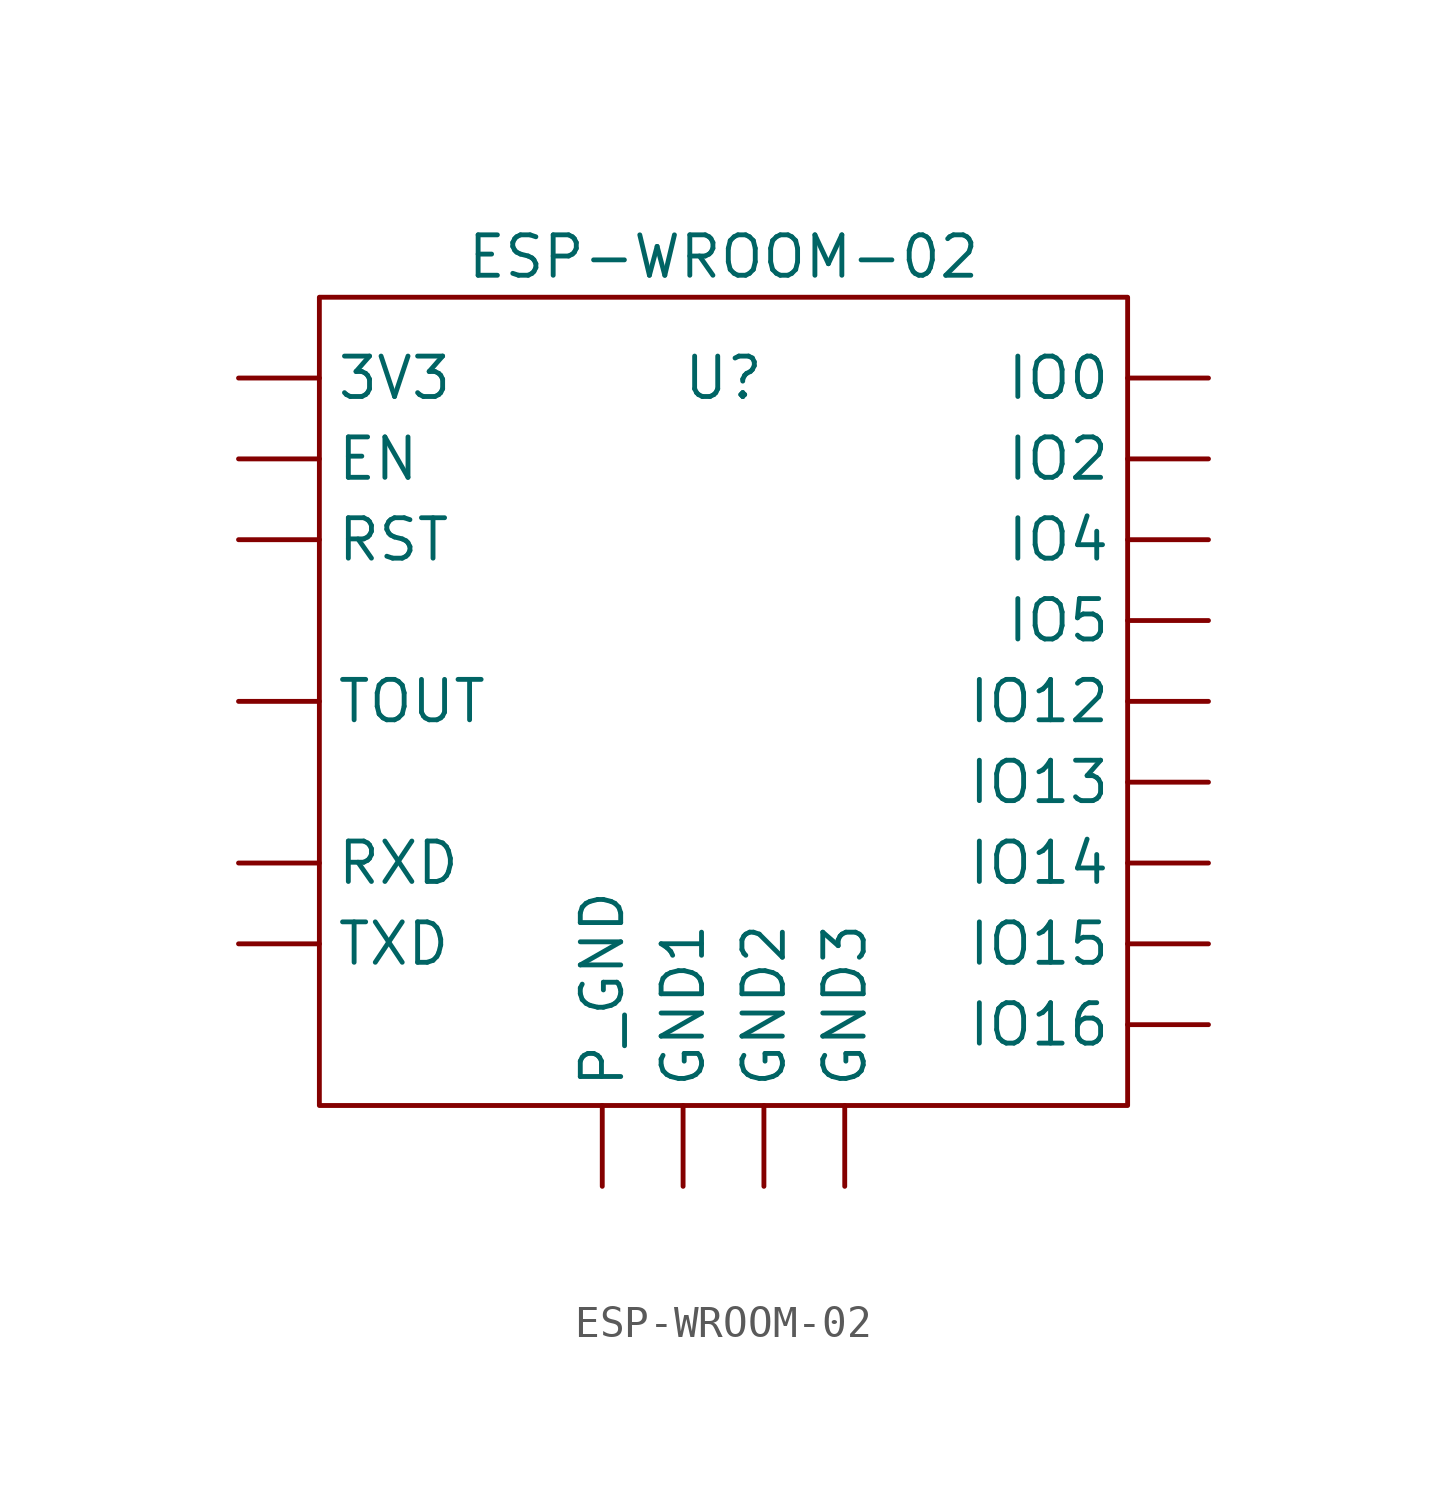
<source format=kicad_sym>
(kicad_symbol_lib
  (version 20211014)
  (generator kicad_symbol_editor)
  (symbol "ESP-WROOM-02"
    (property "Reference" "U"
      (at 0 10.16 0)
      (effects (font (size 1.27 1.27))))
    (property "Value" "ESP-WROOM-02"
      (at 0 13.97 0)
      (effects (font (size 1.27 1.27))))
    (symbol "ESP-WROOM-02_0_1"
      (rectangle (start -12.7 12.7) (end 12.7 -12.7) (stroke (width 0) (type default) (color 0 0 0 0)) (fill (type none))))
    (symbol "ESP-WROOM-02_1_1"
      (pin power_in line (at -15.24 10.16 0) (length 2.54) (name "3V3" (effects (font (size 1.27 1.27)))) (number "" (effects (font (size 1.27 1.27)))))
      (pin input line (at -15.24 7.62 0) (length 2.54) (name "EN" (effects (font (size 1.27 1.27)))) (number "" (effects (font (size 1.27 1.27)))))
      (pin input line (at -1.27 -15.24 90) (length 2.54) (name "GND1" (effects (font (size 1.27 1.27)))) (number "" (effects (font (size 1.27 1.27)))))
      (pin input line (at 1.27 -15.24 90) (length 2.54) (name "GND2" (effects (font (size 1.27 1.27)))) (number "" (effects (font (size 1.27 1.27)))))
      (pin input line (at 3.81 -15.24 90) (length 2.54) (name "GND3" (effects (font (size 1.27 1.27)))) (number "" (effects (font (size 1.27 1.27)))))
      (pin bidirectional line (at 15.24 10.16 180) (length 2.54) (name "IO0" (effects (font (size 1.27 1.27)))) (number "" (effects (font (size 1.27 1.27)))))
      (pin bidirectional line (at 15.24 0 180) (length 2.54) (name "IO12" (effects (font (size 1.27 1.27)))) (number "" (effects (font (size 1.27 1.27)))))
      (pin bidirectional line (at 15.24 -2.54 180) (length 2.54) (name "IO13" (effects (font (size 1.27 1.27)))) (number "" (effects (font (size 1.27 1.27)))))
      (pin bidirectional line (at 15.24 -5.08 180) (length 2.54) (name "IO14" (effects (font (size 1.27 1.27)))) (number "" (effects (font (size 1.27 1.27)))))
      (pin bidirectional line (at 15.24 -7.62 180) (length 2.54) (name "IO15" (effects (font (size 1.27 1.27)))) (number "" (effects (font (size 1.27 1.27)))))
      (pin bidirectional line (at 15.24 -10.16 180) (length 2.54) (name "IO16" (effects (font (size 1.27 1.27)))) (number "" (effects (font (size 1.27 1.27)))))
      (pin bidirectional line (at 15.24 7.62 180) (length 2.54) (name "IO2" (effects (font (size 1.27 1.27)))) (number "" (effects (font (size 1.27 1.27)))))
      (pin bidirectional line (at 15.24 5.08 180) (length 2.54) (name "IO4" (effects (font (size 1.27 1.27)))) (number "" (effects (font (size 1.27 1.27)))))
      (pin bidirectional line (at 15.24 2.54 180) (length 2.54) (name "IO5" (effects (font (size 1.27 1.27)))) (number "" (effects (font (size 1.27 1.27)))))
      (pin input line (at -3.81 -15.24 90) (length 2.54) (name "P_GND" (effects (font (size 1.27 1.27)))) (number "" (effects (font (size 1.27 1.27)))))
      (pin bidirectional line (at -15.24 5.08 0) (length 2.54) (name "RST" (effects (font (size 1.27 1.27)))) (number "" (effects (font (size 1.27 1.27)))))
      (pin bidirectional line (at -15.24 -5.08 0) (length 2.54) (name "RXD" (effects (font (size 1.27 1.27)))) (number "" (effects (font (size 1.27 1.27)))))
      (pin bidirectional line (at -15.24 0 0) (length 2.54) (name "TOUT" (effects (font (size 1.27 1.27)))) (number "" (effects (font (size 1.27 1.27)))))
      (pin bidirectional line (at -15.24 -7.62 0) (length 2.54) (name "TXD" (effects (font (size 1.27 1.27)))) (number "" (effects (font (size 1.27 1.27))))))))
</source>
